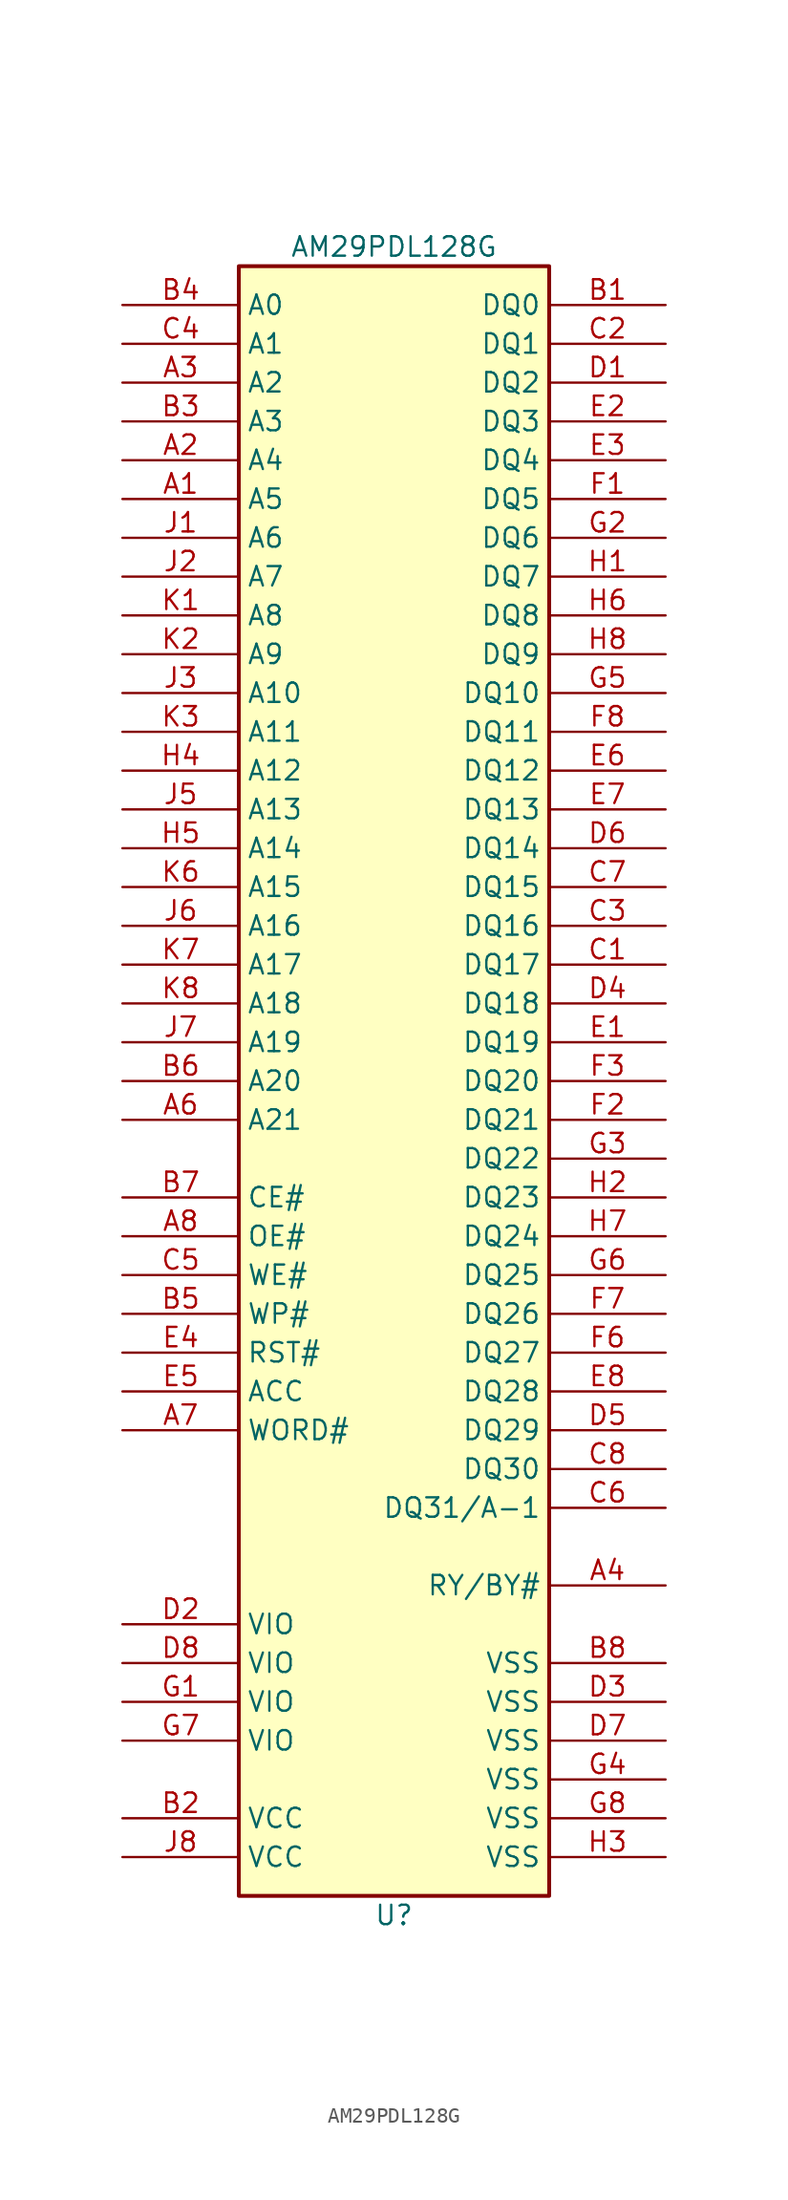
<source format=kicad_sym>
(kicad_symbol_lib
  (version 20200820)
  (host kicad_symbol_editor "5.99.0-a2341f0f33-1-1")
  (symbol "Memory_Flash:AM29PDL128G"
    (pin_names
      (offset 0.508))
    (property "Reference" "U"
      (at 0 -54.61 0)
      (effects (font (size 1.27 1.27))))
    (property "Value" "AM29PDL128G"
      (at 0 54.61 0)
      (effects (font (size 1.27 1.27))))
    (symbol "AM29PDL128G_0_1"
      (rectangle (start -10.16 53.34) (end 10.16 -53.34) (stroke (width 0.254)) (fill (type background))))
    (symbol "AM29PDL128G_1_1"
      (pin input line (at -17.78 38.1 0) (length 7.62) (name "A5" (effects (font (size 1.27 1.27)))) (number "A1" (effects (font (size 1.27 1.27)))))
      (pin input line (at -17.78 40.64 0) (length 7.62) (name "A4" (effects (font (size 1.27 1.27)))) (number "A2" (effects (font (size 1.27 1.27)))))
      (pin input line (at -17.78 45.72 0) (length 7.62) (name "A2" (effects (font (size 1.27 1.27)))) (number "A3" (effects (font (size 1.27 1.27)))))
      (pin output line (at 17.78 -33.02 180) (length 7.62) (name "RY/BY#" (effects (font (size 1.27 1.27)))) (number "A4" (effects (font (size 1.27 1.27)))))
      (pin input line (at -17.78 -2.54 0) (length 7.62) (name "A21" (effects (font (size 1.27 1.27)))) (number "A6" (effects (font (size 1.27 1.27)))))
      (pin input line (at -17.78 -22.86 0) (length 7.62) (name "WORD#" (effects (font (size 1.27 1.27)))) (number "A7" (effects (font (size 1.27 1.27)))))
      (pin input line (at -17.78 -10.16 0) (length 7.62) (name "OE#" (effects (font (size 1.27 1.27)))) (number "A8" (effects (font (size 1.27 1.27)))))
      (pin bidirectional line (at 17.78 50.8 180) (length 7.62) (name "DQ0" (effects (font (size 1.27 1.27)))) (number "B1" (effects (font (size 1.27 1.27)))))
      (pin power_in line (at -17.78 -48.26 0) (length 7.62) (name "VCC" (effects (font (size 1.27 1.27)))) (number "B2" (effects (font (size 1.27 1.27)))))
      (pin input line (at -17.78 43.18 0) (length 7.62) (name "A3" (effects (font (size 1.27 1.27)))) (number "B3" (effects (font (size 1.27 1.27)))))
      (pin input line (at -17.78 50.8 0) (length 7.62) (name "A0" (effects (font (size 1.27 1.27)))) (number "B4" (effects (font (size 1.27 1.27)))))
      (pin input line (at -17.78 -15.24 0) (length 7.62) (name "WP#" (effects (font (size 1.27 1.27)))) (number "B5" (effects (font (size 1.27 1.27)))))
      (pin input line (at -17.78 0 0) (length 7.62) (name "A20" (effects (font (size 1.27 1.27)))) (number "B6" (effects (font (size 1.27 1.27)))))
      (pin input line (at -17.78 -7.62 0) (length 7.62) (name "CE#" (effects (font (size 1.27 1.27)))) (number "B7" (effects (font (size 1.27 1.27)))))
      (pin power_in line (at 17.78 -38.1 180) (length 7.62) (name "VSS" (effects (font (size 1.27 1.27)))) (number "B8" (effects (font (size 1.27 1.27)))))
      (pin bidirectional line (at 17.78 7.62 180) (length 7.62) (name "DQ17" (effects (font (size 1.27 1.27)))) (number "C1" (effects (font (size 1.27 1.27)))))
      (pin bidirectional line (at 17.78 48.26 180) (length 7.62) (name "DQ1" (effects (font (size 1.27 1.27)))) (number "C2" (effects (font (size 1.27 1.27)))))
      (pin bidirectional line (at 17.78 10.16 180) (length 7.62) (name "DQ16" (effects (font (size 1.27 1.27)))) (number "C3" (effects (font (size 1.27 1.27)))))
      (pin input line (at -17.78 48.26 0) (length 7.62) (name "A1" (effects (font (size 1.27 1.27)))) (number "C4" (effects (font (size 1.27 1.27)))))
      (pin input line (at -17.78 -12.7 0) (length 7.62) (name "WE#" (effects (font (size 1.27 1.27)))) (number "C5" (effects (font (size 1.27 1.27)))))
      (pin bidirectional line (at 17.78 -27.94 180) (length 7.62) (name "DQ31/A-1" (effects (font (size 1.27 1.27)))) (number "C6" (effects (font (size 1.27 1.27)))))
      (pin bidirectional line (at 17.78 12.7 180) (length 7.62) (name "DQ15" (effects (font (size 1.27 1.27)))) (number "C7" (effects (font (size 1.27 1.27)))))
      (pin bidirectional line (at 17.78 -25.4 180) (length 7.62) (name "DQ30" (effects (font (size 1.27 1.27)))) (number "C8" (effects (font (size 1.27 1.27)))))
      (pin bidirectional line (at 17.78 45.72 180) (length 7.62) (name "DQ2" (effects (font (size 1.27 1.27)))) (number "D1" (effects (font (size 1.27 1.27)))))
      (pin input line (at -17.78 -35.56 0) (length 7.62) (name "VIO" (effects (font (size 1.27 1.27)))) (number "D2" (effects (font (size 1.27 1.27)))))
      (pin power_in line (at 17.78 -40.64 180) (length 7.62) (name "VSS" (effects (font (size 1.27 1.27)))) (number "D3" (effects (font (size 1.27 1.27)))))
      (pin bidirectional line (at 17.78 5.08 180) (length 7.62) (name "DQ18" (effects (font (size 1.27 1.27)))) (number "D4" (effects (font (size 1.27 1.27)))))
      (pin bidirectional line (at 17.78 -22.86 180) (length 7.62) (name "DQ29" (effects (font (size 1.27 1.27)))) (number "D5" (effects (font (size 1.27 1.27)))))
      (pin bidirectional line (at 17.78 15.24 180) (length 7.62) (name "DQ14" (effects (font (size 1.27 1.27)))) (number "D6" (effects (font (size 1.27 1.27)))))
      (pin power_in line (at 17.78 -43.18 180) (length 7.62) (name "VSS" (effects (font (size 1.27 1.27)))) (number "D7" (effects (font (size 1.27 1.27)))))
      (pin input line (at -17.78 -38.1 0) (length 7.62) (name "VIO" (effects (font (size 1.27 1.27)))) (number "D8" (effects (font (size 1.27 1.27)))))
      (pin bidirectional line (at 17.78 2.54 180) (length 7.62) (name "DQ19" (effects (font (size 1.27 1.27)))) (number "E1" (effects (font (size 1.27 1.27)))))
      (pin bidirectional line (at 17.78 43.18 180) (length 7.62) (name "DQ3" (effects (font (size 1.27 1.27)))) (number "E2" (effects (font (size 1.27 1.27)))))
      (pin bidirectional line (at 17.78 40.64 180) (length 7.62) (name "DQ4" (effects (font (size 1.27 1.27)))) (number "E3" (effects (font (size 1.27 1.27)))))
      (pin input line (at -17.78 -17.78 0) (length 7.62) (name "RST#" (effects (font (size 1.27 1.27)))) (number "E4" (effects (font (size 1.27 1.27)))))
      (pin input line (at -17.78 -20.32 0) (length 7.62) (name "ACC" (effects (font (size 1.27 1.27)))) (number "E5" (effects (font (size 1.27 1.27)))))
      (pin bidirectional line (at 17.78 20.32 180) (length 7.62) (name "DQ12" (effects (font (size 1.27 1.27)))) (number "E6" (effects (font (size 1.27 1.27)))))
      (pin bidirectional line (at 17.78 17.78 180) (length 7.62) (name "DQ13" (effects (font (size 1.27 1.27)))) (number "E7" (effects (font (size 1.27 1.27)))))
      (pin bidirectional line (at 17.78 -20.32 180) (length 7.62) (name "DQ28" (effects (font (size 1.27 1.27)))) (number "E8" (effects (font (size 1.27 1.27)))))
      (pin bidirectional line (at 17.78 38.1 180) (length 7.62) (name "DQ5" (effects (font (size 1.27 1.27)))) (number "F1" (effects (font (size 1.27 1.27)))))
      (pin bidirectional line (at 17.78 -2.54 180) (length 7.62) (name "DQ21" (effects (font (size 1.27 1.27)))) (number "F2" (effects (font (size 1.27 1.27)))))
      (pin bidirectional line (at 17.78 0 180) (length 7.62) (name "DQ20" (effects (font (size 1.27 1.27)))) (number "F3" (effects (font (size 1.27 1.27)))))
      (pin bidirectional line (at 17.78 -17.78 180) (length 7.62) (name "DQ27" (effects (font (size 1.27 1.27)))) (number "F6" (effects (font (size 1.27 1.27)))))
      (pin bidirectional line (at 17.78 -15.24 180) (length 7.62) (name "DQ26" (effects (font (size 1.27 1.27)))) (number "F7" (effects (font (size 1.27 1.27)))))
      (pin bidirectional line (at 17.78 22.86 180) (length 7.62) (name "DQ11" (effects (font (size 1.27 1.27)))) (number "F8" (effects (font (size 1.27 1.27)))))
      (pin input line (at -17.78 -40.64 0) (length 7.62) (name "VIO" (effects (font (size 1.27 1.27)))) (number "G1" (effects (font (size 1.27 1.27)))))
      (pin bidirectional line (at 17.78 35.56 180) (length 7.62) (name "DQ6" (effects (font (size 1.27 1.27)))) (number "G2" (effects (font (size 1.27 1.27)))))
      (pin bidirectional line (at 17.78 -5.08 180) (length 7.62) (name "DQ22" (effects (font (size 1.27 1.27)))) (number "G3" (effects (font (size 1.27 1.27)))))
      (pin passive line (at 17.78 -45.72 180) (length 7.62) (name "VSS" (effects (font (size 1.27 1.27)))) (number "G4" (effects (font (size 1.27 1.27)))))
      (pin bidirectional line (at 17.78 25.4 180) (length 7.62) (name "DQ10" (effects (font (size 1.27 1.27)))) (number "G5" (effects (font (size 1.27 1.27)))))
      (pin bidirectional line (at 17.78 -12.7 180) (length 7.62) (name "DQ25" (effects (font (size 1.27 1.27)))) (number "G6" (effects (font (size 1.27 1.27)))))
      (pin input line (at -17.78 -43.18 0) (length 7.62) (name "VIO" (effects (font (size 1.27 1.27)))) (number "G7" (effects (font (size 1.27 1.27)))))
      (pin power_in line (at 17.78 -48.26 180) (length 7.62) (name "VSS" (effects (font (size 1.27 1.27)))) (number "G8" (effects (font (size 1.27 1.27)))))
      (pin bidirectional line (at 17.78 33.02 180) (length 7.62) (name "DQ7" (effects (font (size 1.27 1.27)))) (number "H1" (effects (font (size 1.27 1.27)))))
      (pin bidirectional line (at 17.78 -7.62 180) (length 7.62) (name "DQ23" (effects (font (size 1.27 1.27)))) (number "H2" (effects (font (size 1.27 1.27)))))
      (pin power_in line (at 17.78 -50.8 180) (length 7.62) (name "VSS" (effects (font (size 1.27 1.27)))) (number "H3" (effects (font (size 1.27 1.27)))))
      (pin input line (at -17.78 20.32 0) (length 7.62) (name "A12" (effects (font (size 1.27 1.27)))) (number "H4" (effects (font (size 1.27 1.27)))))
      (pin input line (at -17.78 15.24 0) (length 7.62) (name "A14" (effects (font (size 1.27 1.27)))) (number "H5" (effects (font (size 1.27 1.27)))))
      (pin bidirectional line (at 17.78 30.48 180) (length 7.62) (name "DQ8" (effects (font (size 1.27 1.27)))) (number "H6" (effects (font (size 1.27 1.27)))))
      (pin bidirectional line (at 17.78 -10.16 180) (length 7.62) (name "DQ24" (effects (font (size 1.27 1.27)))) (number "H7" (effects (font (size 1.27 1.27)))))
      (pin bidirectional line (at 17.78 27.94 180) (length 7.62) (name "DQ9" (effects (font (size 1.27 1.27)))) (number "H8" (effects (font (size 1.27 1.27)))))
      (pin input line (at -17.78 35.56 0) (length 7.62) (name "A6" (effects (font (size 1.27 1.27)))) (number "J1" (effects (font (size 1.27 1.27)))))
      (pin input line (at -17.78 33.02 0) (length 7.62) (name "A7" (effects (font (size 1.27 1.27)))) (number "J2" (effects (font (size 1.27 1.27)))))
      (pin input line (at -17.78 25.4 0) (length 7.62) (name "A10" (effects (font (size 1.27 1.27)))) (number "J3" (effects (font (size 1.27 1.27)))))
      (pin input line (at -17.78 17.78 0) (length 7.62) (name "A13" (effects (font (size 1.27 1.27)))) (number "J5" (effects (font (size 1.27 1.27)))))
      (pin input line (at -17.78 10.16 0) (length 7.62) (name "A16" (effects (font (size 1.27 1.27)))) (number "J6" (effects (font (size 1.27 1.27)))))
      (pin input line (at -17.78 2.54 0) (length 7.62) (name "A19" (effects (font (size 1.27 1.27)))) (number "J7" (effects (font (size 1.27 1.27)))))
      (pin power_in line (at -17.78 -50.8 0) (length 7.62) (name "VCC" (effects (font (size 1.27 1.27)))) (number "J8" (effects (font (size 1.27 1.27)))))
      (pin input line (at -17.78 30.48 0) (length 7.62) (name "A8" (effects (font (size 1.27 1.27)))) (number "K1" (effects (font (size 1.27 1.27)))))
      (pin input line (at -17.78 27.94 0) (length 7.62) (name "A9" (effects (font (size 1.27 1.27)))) (number "K2" (effects (font (size 1.27 1.27)))))
      (pin input line (at -17.78 22.86 0) (length 7.62) (name "A11" (effects (font (size 1.27 1.27)))) (number "K3" (effects (font (size 1.27 1.27)))))
      (pin input line (at -17.78 12.7 0) (length 7.62) (name "A15" (effects (font (size 1.27 1.27)))) (number "K6" (effects (font (size 1.27 1.27)))))
      (pin input line (at -17.78 7.62 0) (length 7.62) (name "A17" (effects (font (size 1.27 1.27)))) (number "K7" (effects (font (size 1.27 1.27)))))
      (pin input line (at -17.78 5.08 0) (length 7.62) (name "A18" (effects (font (size 1.27 1.27)))) (number "K8" (effects (font (size 1.27 1.27))))))))
</source>
